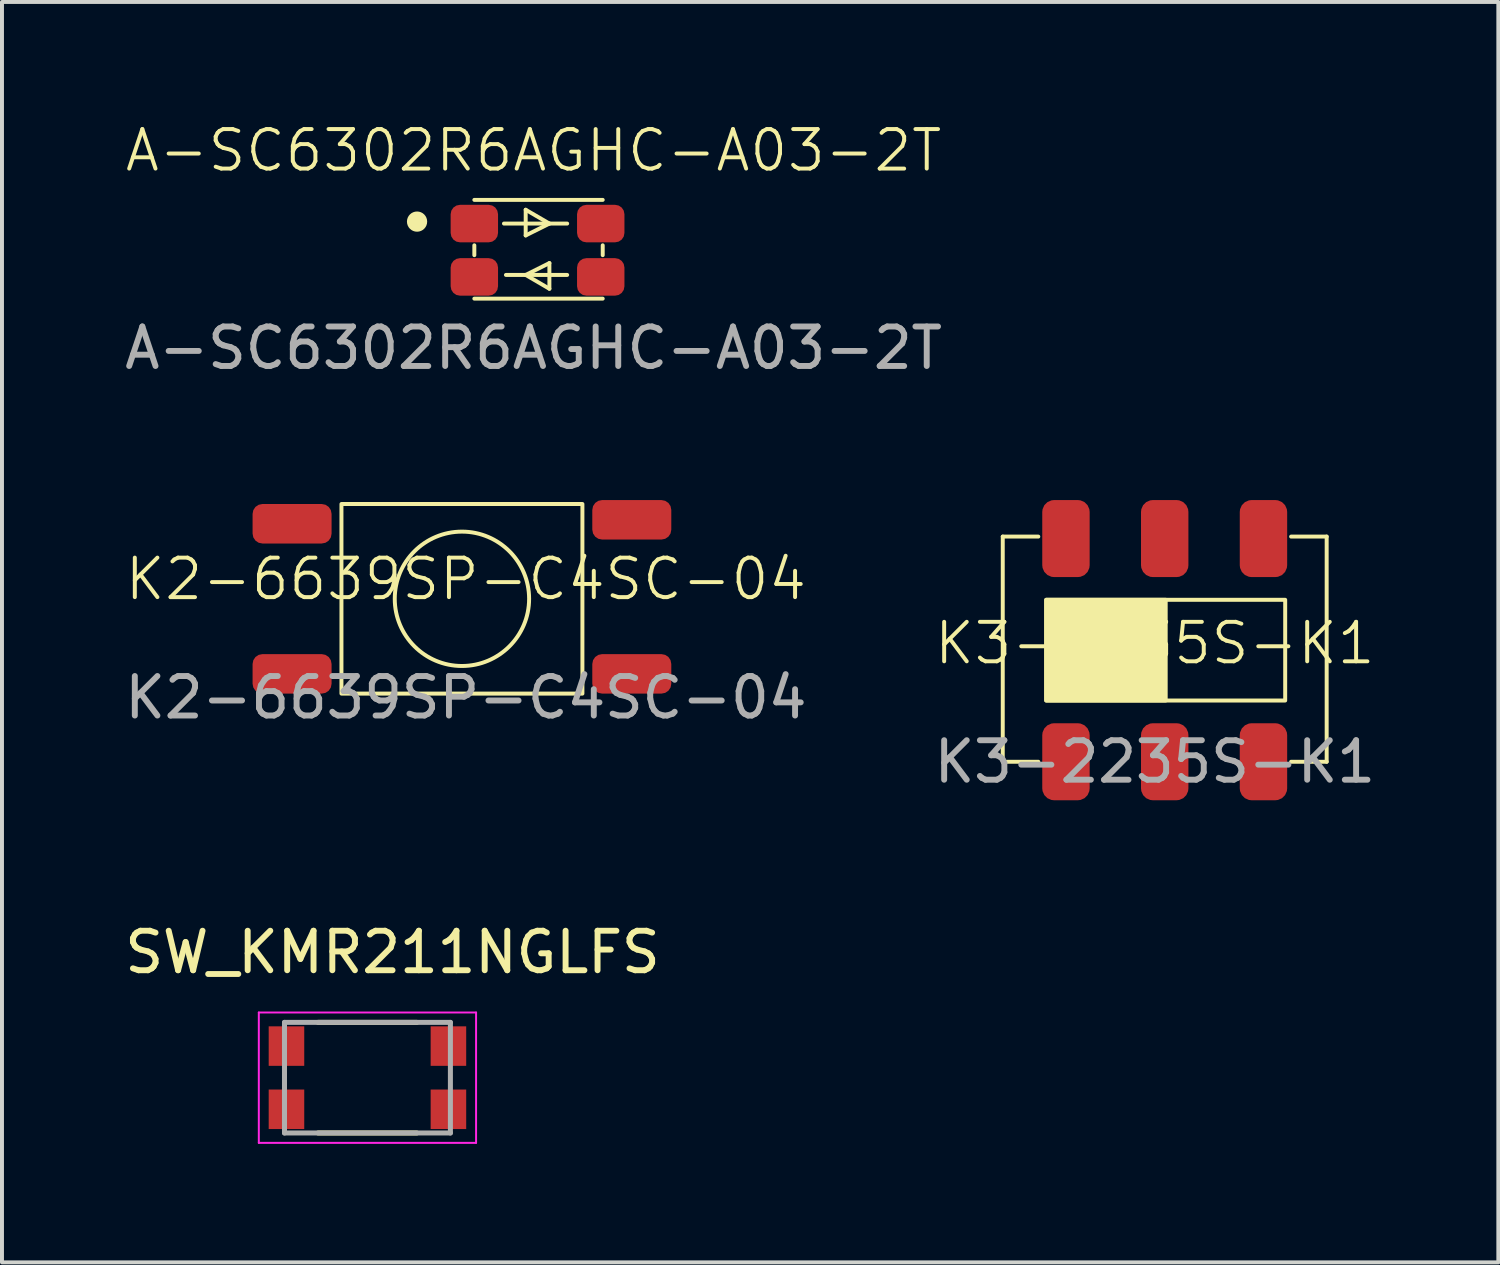
<source format=kicad_pcb>
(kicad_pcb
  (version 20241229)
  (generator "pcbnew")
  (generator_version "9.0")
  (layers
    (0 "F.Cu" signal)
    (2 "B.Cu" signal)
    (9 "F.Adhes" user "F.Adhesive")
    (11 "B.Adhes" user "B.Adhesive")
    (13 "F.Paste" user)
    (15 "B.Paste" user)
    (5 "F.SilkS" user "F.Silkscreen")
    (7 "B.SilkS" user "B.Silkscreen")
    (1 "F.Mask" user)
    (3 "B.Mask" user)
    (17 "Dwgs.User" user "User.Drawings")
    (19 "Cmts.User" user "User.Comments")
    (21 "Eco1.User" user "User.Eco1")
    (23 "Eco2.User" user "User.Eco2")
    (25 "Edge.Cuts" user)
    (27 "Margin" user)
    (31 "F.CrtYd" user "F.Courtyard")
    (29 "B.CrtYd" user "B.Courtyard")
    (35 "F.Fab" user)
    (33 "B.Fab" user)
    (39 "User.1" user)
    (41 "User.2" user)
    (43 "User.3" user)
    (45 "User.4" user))
  (footprint "K3-2235S-K1"
    (layer "F.Cu")
    (at 26.185 13.734)
    (property "Reference" "K3-2235S-K1" (at 0 -0.5 0) (unlocked yes) (layer "F.SilkS") (effects (font (size 1 1) (thickness 0.1))))
    (attr smd)
    (fp_line (start -3.85 -3.2) (end -3.85 2.5) (stroke (width 0.1) (type default)) (layer "F.SilkS"))
    (fp_line (start -3.85 2.5) (end -2.95 2.5) (stroke (width 0.1) (type default)) (layer "F.SilkS"))
    (fp_line (start -2.95 -3.2) (end -3.85 -3.2) (stroke (width 0.1) (type default)) (layer "F.SilkS"))
    (fp_line (start 3.45 2.5) (end 4.35 2.5) (stroke (width 0.1) (type default)) (layer "F.SilkS"))
    (fp_line (start 4.35 -3.2) (end 3.45 -3.2) (stroke (width 0.1) (type default)) (layer "F.SilkS"))
    (fp_line (start 4.35 2.5) (end 4.35 -3.2) (stroke (width 0.1) (type default)) (layer "F.SilkS"))
    (fp_rect (start -2.75 -1.6) (end 0.275 0.95) (stroke (width 0.1) (type solid)) (fill yes) (layer "F.SilkS"))
    (fp_rect (start -2.75 -1.6) (end 3.3 0.95) (stroke (width 0.1) (type default)) (fill no) (layer "F.SilkS"))
    (fp_text user "${REFERENCE}" (at 0 2.5 0) (unlocked yes) (layer "F.Fab") (effects (font (size 1 1) (thickness 0.15))))
    (pad "1" smd roundrect (at -2.25 2.5) (size 1.2 1.95) (layers "F.Cu" "F.Mask" "F.Paste") (roundrect_rratio 0.25))
    (pad "2" smd roundrect (at 0.25 2.5) (size 1.2 1.95) (layers "F.Cu" "F.Mask" "F.Paste") (roundrect_rratio 0.25))
    (pad "3" smd roundrect (at 2.75 2.5) (size 1.2 1.95) (layers "F.Cu" "F.Mask" "F.Paste") (roundrect_rratio 0.25))
    (pad "4" smd roundrect (at 2.75 -3.15) (size 1.2 1.95) (layers "F.Cu" "F.Mask" "F.Paste") (roundrect_rratio 0.25))
    (pad "5" smd roundrect (at 0.25 -3.15) (size 1.2 1.95) (layers "F.Cu" "F.Mask" "F.Paste") (roundrect_rratio 0.25))
    (pad "6" smd roundrect (at -2.25 -3.15) (size 1.2 1.95) (layers "F.Cu" "F.Mask" "F.Paste") (roundrect_rratio 0.25)))
  (footprint "SW_KMR211NGLFS"
    (layer "F.Cu")
    (at 6.252 24.232)
    (property "Reference" "SW_KMR211NGLFS" (at 0.635 -3.175 0) (layer "F.SilkS") (effects (font (size 1 1) (thickness 0.15))))
    (attr smd)
    (fp_line (start -1.25 -1.4) (end 1.25 -1.4) (stroke (width 0.127) (type solid)) (layer "F.SilkS"))
    (fp_line (start -1.25 1.4) (end 1.25 1.4) (stroke (width 0.127) (type solid)) (layer "F.SilkS"))
    (fp_line (start -2.75 -1.65) (end 2.75 -1.65) (stroke (width 0.05) (type solid)) (layer "F.CrtYd"))
    (fp_line (start -2.75 1.65) (end -2.75 -1.65) (stroke (width 0.05) (type solid)) (layer "F.CrtYd"))
    (fp_line (start 2.75 -1.65) (end 2.75 1.65) (stroke (width 0.05) (type solid)) (layer "F.CrtYd"))
    (fp_line (start 2.75 1.65) (end -2.75 1.65) (stroke (width 0.05) (type solid)) (layer "F.CrtYd"))
    (fp_line (start -2.1 -1.4) (end 2.1 -1.4) (stroke (width 0.127) (type solid)) (layer "F.Fab"))
    (fp_line (start -2.1 1.4) (end -2.1 -1.4) (stroke (width 0.127) (type solid)) (layer "F.Fab"))
    (fp_line (start 2.1 -1.4) (end 2.1 1.4) (stroke (width 0.127) (type solid)) (layer "F.Fab"))
    (fp_line (start 2.1 1.4) (end -2.1 1.4) (stroke (width 0.127) (type solid)) (layer "F.Fab"))
    (pad "1" smd rect (at -2.05 -0.8) (size 0.9 1) (layers "F.Cu" "F.Mask" "F.Paste"))
    (pad "2" smd rect (at 2.05 -0.8) (size 0.9 1) (layers "F.Cu" "F.Mask" "F.Paste"))
    (pad "3" smd rect (at -2.05 0.8) (size 0.9 1) (layers "F.Cu" "F.Mask" "F.Paste"))
    (pad "4" smd rect (at 2.05 0.8) (size 0.9 1) (layers "F.Cu" "F.Mask" "F.Paste")))
  (footprint "K2-6639SP-C4SC-04"
    (layer "F.Cu")
    (at 8.744 12.109)
    (property "Reference" "K2-6639SP-C4SC-04" (at 0 -0.5 0) (unlocked yes) (layer "F.SilkS") (effects (font (size 1 1) (thickness 0.1))))
    (attr smd)
    (fp_rect (start -3.15 -2.4) (end 2.95 2.4) (stroke (width 0.1) (type default)) (fill no) (layer "F.SilkS"))
    (fp_circle (center -0.1 0) (end -0.05 -1.7) (stroke (width 0.1) (type default)) (fill no) (layer "F.SilkS"))
    (fp_text user "${REFERENCE}" (at 0 2.5 0) (unlocked yes) (layer "F.Fab") (effects (font (size 1 1) (thickness 0.15))))
    (pad "1" smd roundrect (at -4.4 -1.9) (size 2 1) (layers "F.Cu" "F.Mask" "F.Paste") (roundrect_rratio 0.25))
    (pad "2" smd roundrect (at 4.2 -2) (size 2 1) (layers "F.Cu" "F.Mask" "F.Paste") (roundrect_rratio 0.25))
    (pad "3" smd roundrect (at 4.2 1.9) (size 2 1) (layers "F.Cu" "F.Mask" "F.Paste") (roundrect_rratio 0.25))
    (pad "4" smd roundrect (at -4.4 1.9) (size 2 1) (layers "F.Cu" "F.Mask" "F.Paste") (roundrect_rratio 0.25)))
  (footprint "A-SC6302R6AGHC-A03-2T"
    (layer "F.Cu")
    (at 10.458 3.26)
    (property "Reference" "A-SC6302R6AGHC-A03-2T" (at 0 -2.5 0) (unlocked yes) (layer "F.SilkS") (effects (font (size 1 1) (thickness 0.1))))
    (attr smd)
    (fp_line (start -1.5 -1.25) (end 1.75 -1.25) (stroke (width 0.1) (type default)) (layer "F.SilkS"))
    (fp_line (start -1.5 0.15) (end -1.5 -0.1) (stroke (width 0.1) (type default)) (layer "F.SilkS"))
    (fp_line (start -1.5 1.25) (end 1.75 1.25) (stroke (width 0.1) (type default)) (layer "F.SilkS"))
    (fp_line (start -0.75 -0.65) (end 0.85 -0.65) (stroke (width 0.1) (type default)) (layer "F.SilkS"))
    (fp_line (start -0.7 0.65) (end 0.85 0.65) (stroke (width 0.1) (type default)) (layer "F.SilkS"))
    (fp_line (start -0.2 -1) (end -0.2 -0.35) (stroke (width 0.1) (type default)) (layer "F.SilkS"))
    (fp_line (start -0.2 -0.35) (end 0.4 -0.65) (stroke (width 0.1) (type default)) (layer "F.SilkS"))
    (fp_line (start -0.2 0.65) (end 0.4 1) (stroke (width 0.1) (type default)) (layer "F.SilkS"))
    (fp_line (start 0.4 -0.65) (end -0.2 -1) (stroke (width 0.1) (type default)) (layer "F.SilkS"))
    (fp_line (start 0.4 0.35) (end -0.2 0.65) (stroke (width 0.1) (type default)) (layer "F.SilkS"))
    (fp_line (start 0.4 1) (end 0.4 0.35) (stroke (width 0.1) (type default)) (layer "F.SilkS"))
    (fp_line (start 1.75 0.15) (end 1.75 -0.1) (stroke (width 0.1) (type default)) (layer "F.SilkS"))
    (fp_circle (center -2.95 -0.7) (end -2.744 -0.7) (stroke (width 0.1) (type solid)) (fill yes) (layer "F.SilkS"))
    (fp_text user "${REFERENCE}" (at 0 2.5 0) (unlocked yes) (layer "F.Fab") (effects (font (size 1 1) (thickness 0.15))))
    (pad "1" smd roundrect (at -1.5 -0.65) (size 1.2 0.95) (layers "F.Cu" "F.Mask" "F.Paste") (roundrect_rratio 0.25))
    (pad "2" smd roundrect (at -1.5 0.7) (size 1.2 0.95) (layers "F.Cu" "F.Mask" "F.Paste") (roundrect_rratio 0.25))
    (pad "3" smd roundrect (at 1.7 0.7) (size 1.2 0.95) (layers "F.Cu" "F.Mask" "F.Paste") (roundrect_rratio 0.25))
    (pad "4" smd roundrect (at 1.7 -0.65) (size 1.2 0.95) (layers "F.Cu" "F.Mask" "F.Paste") (roundrect_rratio 0.25)))
  (gr_rect
    (start -3 -3)
    (end 34.881 28.907)
    (stroke (width 0.1) (type default))
    (fill no)
    (layer "Edge.Cuts")))
</source>
